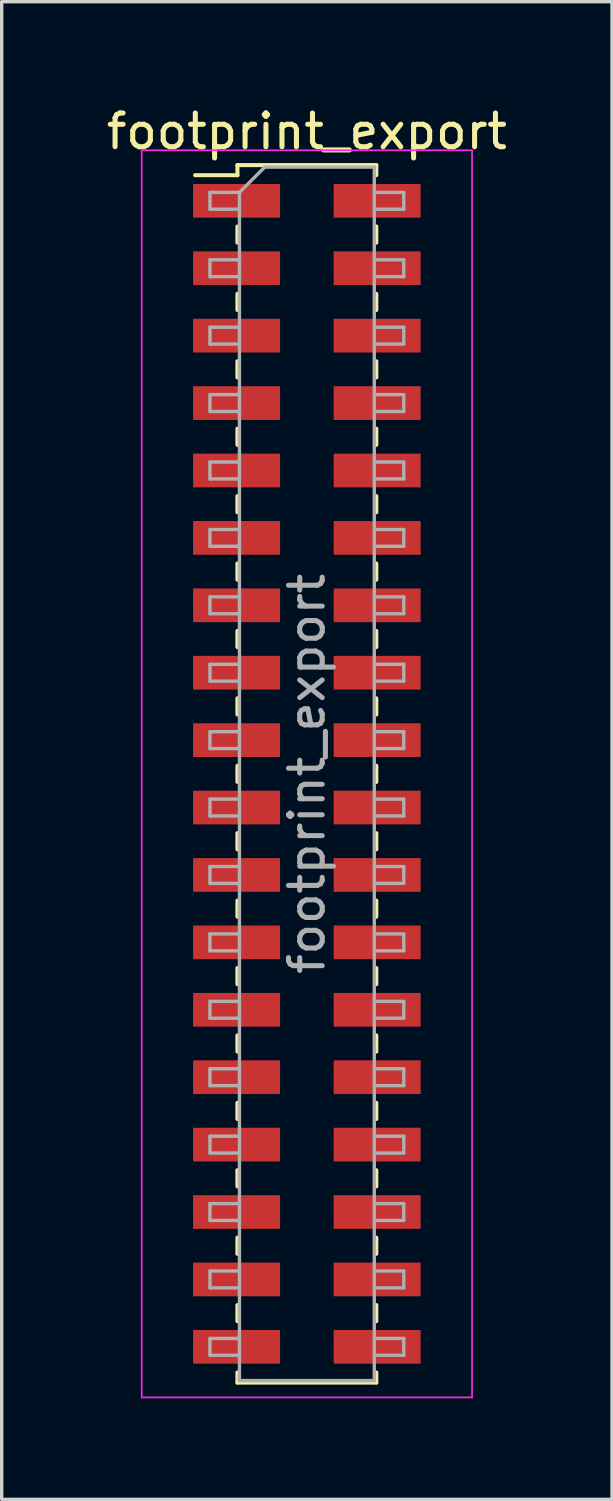
<source format=kicad_pcb>
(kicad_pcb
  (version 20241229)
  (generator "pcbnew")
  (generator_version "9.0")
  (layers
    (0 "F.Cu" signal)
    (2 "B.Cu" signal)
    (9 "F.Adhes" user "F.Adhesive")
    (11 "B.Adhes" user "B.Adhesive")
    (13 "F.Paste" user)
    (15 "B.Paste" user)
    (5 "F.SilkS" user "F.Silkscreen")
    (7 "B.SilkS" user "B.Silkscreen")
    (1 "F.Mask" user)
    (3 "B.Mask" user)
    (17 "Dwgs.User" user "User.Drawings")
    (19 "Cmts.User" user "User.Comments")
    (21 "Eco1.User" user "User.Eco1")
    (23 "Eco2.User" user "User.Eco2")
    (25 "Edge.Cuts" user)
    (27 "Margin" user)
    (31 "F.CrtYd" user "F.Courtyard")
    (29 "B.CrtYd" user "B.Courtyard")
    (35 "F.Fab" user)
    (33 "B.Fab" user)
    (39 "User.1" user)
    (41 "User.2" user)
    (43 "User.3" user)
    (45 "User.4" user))
  (footprint "footprint_export"
    (layer "F.Cu")
    (at 6.054 19.908)
    (property "Reference" "footprint_export" (at 0 -19.06 0) (layer "F.SilkS") (effects (font (size 1 1) (thickness 0.15))))
    (attr smd)
    (fp_line (start -3.315 -17.76) (end -2.06 -17.76) (stroke (width 0.12) (type solid)) (layer "F.SilkS"))
    (fp_line (start -2.06 -18.06) (end -2.06 -17.76) (stroke (width 0.12) (type solid)) (layer "F.SilkS"))
    (fp_line (start -2.06 -18.06) (end 2.06 -18.06) (stroke (width 0.12) (type solid)) (layer "F.SilkS"))
    (fp_line (start -2.06 -16.24) (end -2.06 -15.76) (stroke (width 0.12) (type solid)) (layer "F.SilkS"))
    (fp_line (start -2.06 -14.24) (end -2.06 -13.76) (stroke (width 0.12) (type solid)) (layer "F.SilkS"))
    (fp_line (start -2.06 -12.24) (end -2.06 -11.76) (stroke (width 0.12) (type solid)) (layer "F.SilkS"))
    (fp_line (start -2.06 -10.24) (end -2.06 -9.76) (stroke (width 0.12) (type solid)) (layer "F.SilkS"))
    (fp_line (start -2.06 -8.24) (end -2.06 -7.76) (stroke (width 0.12) (type solid)) (layer "F.SilkS"))
    (fp_line (start -2.06 -6.24) (end -2.06 -5.76) (stroke (width 0.12) (type solid)) (layer "F.SilkS"))
    (fp_line (start -2.06 -4.24) (end -2.06 -3.76) (stroke (width 0.12) (type solid)) (layer "F.SilkS"))
    (fp_line (start -2.06 -2.24) (end -2.06 -1.76) (stroke (width 0.12) (type solid)) (layer "F.SilkS"))
    (fp_line (start -2.06 -0.24) (end -2.06 0.24) (stroke (width 0.12) (type solid)) (layer "F.SilkS"))
    (fp_line (start -2.06 1.76) (end -2.06 2.24) (stroke (width 0.12) (type solid)) (layer "F.SilkS"))
    (fp_line (start -2.06 3.76) (end -2.06 4.24) (stroke (width 0.12) (type solid)) (layer "F.SilkS"))
    (fp_line (start -2.06 5.76) (end -2.06 6.24) (stroke (width 0.12) (type solid)) (layer "F.SilkS"))
    (fp_line (start -2.06 7.76) (end -2.06 8.24) (stroke (width 0.12) (type solid)) (layer "F.SilkS"))
    (fp_line (start -2.06 9.76) (end -2.06 10.24) (stroke (width 0.12) (type solid)) (layer "F.SilkS"))
    (fp_line (start -2.06 11.76) (end -2.06 12.24) (stroke (width 0.12) (type solid)) (layer "F.SilkS"))
    (fp_line (start -2.06 13.76) (end -2.06 14.24) (stroke (width 0.12) (type solid)) (layer "F.SilkS"))
    (fp_line (start -2.06 15.76) (end -2.06 16.24) (stroke (width 0.12) (type solid)) (layer "F.SilkS"))
    (fp_line (start -2.06 17.76) (end -2.06 18.06) (stroke (width 0.12) (type solid)) (layer "F.SilkS"))
    (fp_line (start -2.06 18.06) (end 2.06 18.06) (stroke (width 0.12) (type solid)) (layer "F.SilkS"))
    (fp_line (start 2.06 -18.06) (end 2.06 -17.76) (stroke (width 0.12) (type solid)) (layer "F.SilkS"))
    (fp_line (start 2.06 -16.24) (end 2.06 -15.76) (stroke (width 0.12) (type solid)) (layer "F.SilkS"))
    (fp_line (start 2.06 -14.24) (end 2.06 -13.76) (stroke (width 0.12) (type solid)) (layer "F.SilkS"))
    (fp_line (start 2.06 -12.24) (end 2.06 -11.76) (stroke (width 0.12) (type solid)) (layer "F.SilkS"))
    (fp_line (start 2.06 -10.24) (end 2.06 -9.76) (stroke (width 0.12) (type solid)) (layer "F.SilkS"))
    (fp_line (start 2.06 -8.24) (end 2.06 -7.76) (stroke (width 0.12) (type solid)) (layer "F.SilkS"))
    (fp_line (start 2.06 -6.24) (end 2.06 -5.76) (stroke (width 0.12) (type solid)) (layer "F.SilkS"))
    (fp_line (start 2.06 -4.24) (end 2.06 -3.76) (stroke (width 0.12) (type solid)) (layer "F.SilkS"))
    (fp_line (start 2.06 -2.24) (end 2.06 -1.76) (stroke (width 0.12) (type solid)) (layer "F.SilkS"))
    (fp_line (start 2.06 -0.24) (end 2.06 0.24) (stroke (width 0.12) (type solid)) (layer "F.SilkS"))
    (fp_line (start 2.06 1.76) (end 2.06 2.24) (stroke (width 0.12) (type solid)) (layer "F.SilkS"))
    (fp_line (start 2.06 3.76) (end 2.06 4.24) (stroke (width 0.12) (type solid)) (layer "F.SilkS"))
    (fp_line (start 2.06 5.76) (end 2.06 6.24) (stroke (width 0.12) (type solid)) (layer "F.SilkS"))
    (fp_line (start 2.06 7.76) (end 2.06 8.24) (stroke (width 0.12) (type solid)) (layer "F.SilkS"))
    (fp_line (start 2.06 9.76) (end 2.06 10.24) (stroke (width 0.12) (type solid)) (layer "F.SilkS"))
    (fp_line (start 2.06 11.76) (end 2.06 12.24) (stroke (width 0.12) (type solid)) (layer "F.SilkS"))
    (fp_line (start 2.06 13.76) (end 2.06 14.24) (stroke (width 0.12) (type solid)) (layer "F.SilkS"))
    (fp_line (start 2.06 15.76) (end 2.06 16.24) (stroke (width 0.12) (type solid)) (layer "F.SilkS"))
    (fp_line (start 2.06 17.76) (end 2.06 18.06) (stroke (width 0.12) (type solid)) (layer "F.SilkS"))
    (fp_line (start -4.9 -18.5) (end -4.9 18.5) (stroke (width 0.05) (type solid)) (layer "F.CrtYd"))
    (fp_line (start -4.9 18.5) (end 4.9 18.5) (stroke (width 0.05) (type solid)) (layer "F.CrtYd"))
    (fp_line (start 4.9 -18.5) (end -4.9 -18.5) (stroke (width 0.05) (type solid)) (layer "F.CrtYd"))
    (fp_line (start 4.9 18.5) (end 4.9 -18.5) (stroke (width 0.05) (type solid)) (layer "F.CrtYd"))
    (fp_line (start -2.875 -17.25) (end -2.875 -16.75) (stroke (width 0.1) (type solid)) (layer "F.Fab"))
    (fp_line (start -2.875 -16.75) (end -2 -16.75) (stroke (width 0.1) (type solid)) (layer "F.Fab"))
    (fp_line (start -2.875 -15.25) (end -2.875 -14.75) (stroke (width 0.1) (type solid)) (layer "F.Fab"))
    (fp_line (start -2.875 -14.75) (end -2 -14.75) (stroke (width 0.1) (type solid)) (layer "F.Fab"))
    (fp_line (start -2.875 -13.25) (end -2.875 -12.75) (stroke (width 0.1) (type solid)) (layer "F.Fab"))
    (fp_line (start -2.875 -12.75) (end -2 -12.75) (stroke (width 0.1) (type solid)) (layer "F.Fab"))
    (fp_line (start -2.875 -11.25) (end -2.875 -10.75) (stroke (width 0.1) (type solid)) (layer "F.Fab"))
    (fp_line (start -2.875 -10.75) (end -2 -10.75) (stroke (width 0.1) (type solid)) (layer "F.Fab"))
    (fp_line (start -2.875 -9.25) (end -2.875 -8.75) (stroke (width 0.1) (type solid)) (layer "F.Fab"))
    (fp_line (start -2.875 -8.75) (end -2 -8.75) (stroke (width 0.1) (type solid)) (layer "F.Fab"))
    (fp_line (start -2.875 -7.25) (end -2.875 -6.75) (stroke (width 0.1) (type solid)) (layer "F.Fab"))
    (fp_line (start -2.875 -6.75) (end -2 -6.75) (stroke (width 0.1) (type solid)) (layer "F.Fab"))
    (fp_line (start -2.875 -5.25) (end -2.875 -4.75) (stroke (width 0.1) (type solid)) (layer "F.Fab"))
    (fp_line (start -2.875 -4.75) (end -2 -4.75) (stroke (width 0.1) (type solid)) (layer "F.Fab"))
    (fp_line (start -2.875 -3.25) (end -2.875 -2.75) (stroke (width 0.1) (type solid)) (layer "F.Fab"))
    (fp_line (start -2.875 -2.75) (end -2 -2.75) (stroke (width 0.1) (type solid)) (layer "F.Fab"))
    (fp_line (start -2.875 -1.25) (end -2.875 -0.75) (stroke (width 0.1) (type solid)) (layer "F.Fab"))
    (fp_line (start -2.875 -0.75) (end -2 -0.75) (stroke (width 0.1) (type solid)) (layer "F.Fab"))
    (fp_line (start -2.875 0.75) (end -2.875 1.25) (stroke (width 0.1) (type solid)) (layer "F.Fab"))
    (fp_line (start -2.875 1.25) (end -2 1.25) (stroke (width 0.1) (type solid)) (layer "F.Fab"))
    (fp_line (start -2.875 2.75) (end -2.875 3.25) (stroke (width 0.1) (type solid)) (layer "F.Fab"))
    (fp_line (start -2.875 3.25) (end -2 3.25) (stroke (width 0.1) (type solid)) (layer "F.Fab"))
    (fp_line (start -2.875 4.75) (end -2.875 5.25) (stroke (width 0.1) (type solid)) (layer "F.Fab"))
    (fp_line (start -2.875 5.25) (end -2 5.25) (stroke (width 0.1) (type solid)) (layer "F.Fab"))
    (fp_line (start -2.875 6.75) (end -2.875 7.25) (stroke (width 0.1) (type solid)) (layer "F.Fab"))
    (fp_line (start -2.875 7.25) (end -2 7.25) (stroke (width 0.1) (type solid)) (layer "F.Fab"))
    (fp_line (start -2.875 8.75) (end -2.875 9.25) (stroke (width 0.1) (type solid)) (layer "F.Fab"))
    (fp_line (start -2.875 9.25) (end -2 9.25) (stroke (width 0.1) (type solid)) (layer "F.Fab"))
    (fp_line (start -2.875 10.75) (end -2.875 11.25) (stroke (width 0.1) (type solid)) (layer "F.Fab"))
    (fp_line (start -2.875 11.25) (end -2 11.25) (stroke (width 0.1) (type solid)) (layer "F.Fab"))
    (fp_line (start -2.875 12.75) (end -2.875 13.25) (stroke (width 0.1) (type solid)) (layer "F.Fab"))
    (fp_line (start -2.875 13.25) (end -2 13.25) (stroke (width 0.1) (type solid)) (layer "F.Fab"))
    (fp_line (start -2.875 14.75) (end -2.875 15.25) (stroke (width 0.1) (type solid)) (layer "F.Fab"))
    (fp_line (start -2.875 15.25) (end -2 15.25) (stroke (width 0.1) (type solid)) (layer "F.Fab"))
    (fp_line (start -2.875 16.75) (end -2.875 17.25) (stroke (width 0.1) (type solid)) (layer "F.Fab"))
    (fp_line (start -2.875 17.25) (end -2 17.25) (stroke (width 0.1) (type solid)) (layer "F.Fab"))
    (fp_line (start -2 -17.25) (end -2.875 -17.25) (stroke (width 0.1) (type solid)) (layer "F.Fab"))
    (fp_line (start -2 -17.25) (end -1.25 -18) (stroke (width 0.1) (type solid)) (layer "F.Fab"))
    (fp_line (start -2 -15.25) (end -2.875 -15.25) (stroke (width 0.1) (type solid)) (layer "F.Fab"))
    (fp_line (start -2 -13.25) (end -2.875 -13.25) (stroke (width 0.1) (type solid)) (layer "F.Fab"))
    (fp_line (start -2 -11.25) (end -2.875 -11.25) (stroke (width 0.1) (type solid)) (layer "F.Fab"))
    (fp_line (start -2 -9.25) (end -2.875 -9.25) (stroke (width 0.1) (type solid)) (layer "F.Fab"))
    (fp_line (start -2 -7.25) (end -2.875 -7.25) (stroke (width 0.1) (type solid)) (layer "F.Fab"))
    (fp_line (start -2 -5.25) (end -2.875 -5.25) (stroke (width 0.1) (type solid)) (layer "F.Fab"))
    (fp_line (start -2 -3.25) (end -2.875 -3.25) (stroke (width 0.1) (type solid)) (layer "F.Fab"))
    (fp_line (start -2 -1.25) (end -2.875 -1.25) (stroke (width 0.1) (type solid)) (layer "F.Fab"))
    (fp_line (start -2 0.75) (end -2.875 0.75) (stroke (width 0.1) (type solid)) (layer "F.Fab"))
    (fp_line (start -2 2.75) (end -2.875 2.75) (stroke (width 0.1) (type solid)) (layer "F.Fab"))
    (fp_line (start -2 4.75) (end -2.875 4.75) (stroke (width 0.1) (type solid)) (layer "F.Fab"))
    (fp_line (start -2 6.75) (end -2.875 6.75) (stroke (width 0.1) (type solid)) (layer "F.Fab"))
    (fp_line (start -2 8.75) (end -2.875 8.75) (stroke (width 0.1) (type solid)) (layer "F.Fab"))
    (fp_line (start -2 10.75) (end -2.875 10.75) (stroke (width 0.1) (type solid)) (layer "F.Fab"))
    (fp_line (start -2 12.75) (end -2.875 12.75) (stroke (width 0.1) (type solid)) (layer "F.Fab"))
    (fp_line (start -2 14.75) (end -2.875 14.75) (stroke (width 0.1) (type solid)) (layer "F.Fab"))
    (fp_line (start -2 16.75) (end -2.875 16.75) (stroke (width 0.1) (type solid)) (layer "F.Fab"))
    (fp_line (start -2 18) (end -2 -17.25) (stroke (width 0.1) (type solid)) (layer "F.Fab"))
    (fp_line (start -1.25 -18) (end 2 -18) (stroke (width 0.1) (type solid)) (layer "F.Fab"))
    (fp_line (start 2 -18) (end 2 18) (stroke (width 0.1) (type solid)) (layer "F.Fab"))
    (fp_line (start 2 -17.25) (end 2.875 -17.25) (stroke (width 0.1) (type solid)) (layer "F.Fab"))
    (fp_line (start 2 -15.25) (end 2.875 -15.25) (stroke (width 0.1) (type solid)) (layer "F.Fab"))
    (fp_line (start 2 -13.25) (end 2.875 -13.25) (stroke (width 0.1) (type solid)) (layer "F.Fab"))
    (fp_line (start 2 -11.25) (end 2.875 -11.25) (stroke (width 0.1) (type solid)) (layer "F.Fab"))
    (fp_line (start 2 -9.25) (end 2.875 -9.25) (stroke (width 0.1) (type solid)) (layer "F.Fab"))
    (fp_line (start 2 -7.25) (end 2.875 -7.25) (stroke (width 0.1) (type solid)) (layer "F.Fab"))
    (fp_line (start 2 -5.25) (end 2.875 -5.25) (stroke (width 0.1) (type solid)) (layer "F.Fab"))
    (fp_line (start 2 -3.25) (end 2.875 -3.25) (stroke (width 0.1) (type solid)) (layer "F.Fab"))
    (fp_line (start 2 -1.25) (end 2.875 -1.25) (stroke (width 0.1) (type solid)) (layer "F.Fab"))
    (fp_line (start 2 0.75) (end 2.875 0.75) (stroke (width 0.1) (type solid)) (layer "F.Fab"))
    (fp_line (start 2 2.75) (end 2.875 2.75) (stroke (width 0.1) (type solid)) (layer "F.Fab"))
    (fp_line (start 2 4.75) (end 2.875 4.75) (stroke (width 0.1) (type solid)) (layer "F.Fab"))
    (fp_line (start 2 6.75) (end 2.875 6.75) (stroke (width 0.1) (type solid)) (layer "F.Fab"))
    (fp_line (start 2 8.75) (end 2.875 8.75) (stroke (width 0.1) (type solid)) (layer "F.Fab"))
    (fp_line (start 2 10.75) (end 2.875 10.75) (stroke (width 0.1) (type solid)) (layer "F.Fab"))
    (fp_line (start 2 12.75) (end 2.875 12.75) (stroke (width 0.1) (type solid)) (layer "F.Fab"))
    (fp_line (start 2 14.75) (end 2.875 14.75) (stroke (width 0.1) (type solid)) (layer "F.Fab"))
    (fp_line (start 2 16.75) (end 2.875 16.75) (stroke (width 0.1) (type solid)) (layer "F.Fab"))
    (fp_line (start 2 18) (end -2 18) (stroke (width 0.1) (type solid)) (layer "F.Fab"))
    (fp_line (start 2.875 -17.25) (end 2.875 -16.75) (stroke (width 0.1) (type solid)) (layer "F.Fab"))
    (fp_line (start 2.875 -16.75) (end 2 -16.75) (stroke (width 0.1) (type solid)) (layer "F.Fab"))
    (fp_line (start 2.875 -15.25) (end 2.875 -14.75) (stroke (width 0.1) (type solid)) (layer "F.Fab"))
    (fp_line (start 2.875 -14.75) (end 2 -14.75) (stroke (width 0.1) (type solid)) (layer "F.Fab"))
    (fp_line (start 2.875 -13.25) (end 2.875 -12.75) (stroke (width 0.1) (type solid)) (layer "F.Fab"))
    (fp_line (start 2.875 -12.75) (end 2 -12.75) (stroke (width 0.1) (type solid)) (layer "F.Fab"))
    (fp_line (start 2.875 -11.25) (end 2.875 -10.75) (stroke (width 0.1) (type solid)) (layer "F.Fab"))
    (fp_line (start 2.875 -10.75) (end 2 -10.75) (stroke (width 0.1) (type solid)) (layer "F.Fab"))
    (fp_line (start 2.875 -9.25) (end 2.875 -8.75) (stroke (width 0.1) (type solid)) (layer "F.Fab"))
    (fp_line (start 2.875 -8.75) (end 2 -8.75) (stroke (width 0.1) (type solid)) (layer "F.Fab"))
    (fp_line (start 2.875 -7.25) (end 2.875 -6.75) (stroke (width 0.1) (type solid)) (layer "F.Fab"))
    (fp_line (start 2.875 -6.75) (end 2 -6.75) (stroke (width 0.1) (type solid)) (layer "F.Fab"))
    (fp_line (start 2.875 -5.25) (end 2.875 -4.75) (stroke (width 0.1) (type solid)) (layer "F.Fab"))
    (fp_line (start 2.875 -4.75) (end 2 -4.75) (stroke (width 0.1) (type solid)) (layer "F.Fab"))
    (fp_line (start 2.875 -3.25) (end 2.875 -2.75) (stroke (width 0.1) (type solid)) (layer "F.Fab"))
    (fp_line (start 2.875 -2.75) (end 2 -2.75) (stroke (width 0.1) (type solid)) (layer "F.Fab"))
    (fp_line (start 2.875 -1.25) (end 2.875 -0.75) (stroke (width 0.1) (type solid)) (layer "F.Fab"))
    (fp_line (start 2.875 -0.75) (end 2 -0.75) (stroke (width 0.1) (type solid)) (layer "F.Fab"))
    (fp_line (start 2.875 0.75) (end 2.875 1.25) (stroke (width 0.1) (type solid)) (layer "F.Fab"))
    (fp_line (start 2.875 1.25) (end 2 1.25) (stroke (width 0.1) (type solid)) (layer "F.Fab"))
    (fp_line (start 2.875 2.75) (end 2.875 3.25) (stroke (width 0.1) (type solid)) (layer "F.Fab"))
    (fp_line (start 2.875 3.25) (end 2 3.25) (stroke (width 0.1) (type solid)) (layer "F.Fab"))
    (fp_line (start 2.875 4.75) (end 2.875 5.25) (stroke (width 0.1) (type solid)) (layer "F.Fab"))
    (fp_line (start 2.875 5.25) (end 2 5.25) (stroke (width 0.1) (type solid)) (layer "F.Fab"))
    (fp_line (start 2.875 6.75) (end 2.875 7.25) (stroke (width 0.1) (type solid)) (layer "F.Fab"))
    (fp_line (start 2.875 7.25) (end 2 7.25) (stroke (width 0.1) (type solid)) (layer "F.Fab"))
    (fp_line (start 2.875 8.75) (end 2.875 9.25) (stroke (width 0.1) (type solid)) (layer "F.Fab"))
    (fp_line (start 2.875 9.25) (end 2 9.25) (stroke (width 0.1) (type solid)) (layer "F.Fab"))
    (fp_line (start 2.875 10.75) (end 2.875 11.25) (stroke (width 0.1) (type solid)) (layer "F.Fab"))
    (fp_line (start 2.875 11.25) (end 2 11.25) (stroke (width 0.1) (type solid)) (layer "F.Fab"))
    (fp_line (start 2.875 12.75) (end 2.875 13.25) (stroke (width 0.1) (type solid)) (layer "F.Fab"))
    (fp_line (start 2.875 13.25) (end 2 13.25) (stroke (width 0.1) (type solid)) (layer "F.Fab"))
    (fp_line (start 2.875 14.75) (end 2.875 15.25) (stroke (width 0.1) (type solid)) (layer "F.Fab"))
    (fp_line (start 2.875 15.25) (end 2 15.25) (stroke (width 0.1) (type solid)) (layer "F.Fab"))
    (fp_line (start 2.875 16.75) (end 2.875 17.25) (stroke (width 0.1) (type solid)) (layer "F.Fab"))
    (fp_line (start 2.875 17.25) (end 2 17.25) (stroke (width 0.1) (type solid)) (layer "F.Fab"))
    (fp_text user "${REFERENCE}" (at 0 0 90) (layer "F.Fab") (effects (font (size 1 1) (thickness 0.15))))
    (pad "1" smd rect (at -2.085 -17) (size 2.58 1) (layers "F.Cu" "F.Mask" "F.Paste"))
    (pad "2" smd rect (at 2.085 -17) (size 2.58 1) (layers "F.Cu" "F.Mask" "F.Paste"))
    (pad "3" smd rect (at -2.085 -15) (size 2.58 1) (layers "F.Cu" "F.Mask" "F.Paste"))
    (pad "4" smd rect (at 2.085 -15) (size 2.58 1) (layers "F.Cu" "F.Mask" "F.Paste"))
    (pad "5" smd rect (at -2.085 -13) (size 2.58 1) (layers "F.Cu" "F.Mask" "F.Paste"))
    (pad "6" smd rect (at 2.085 -13) (size 2.58 1) (layers "F.Cu" "F.Mask" "F.Paste"))
    (pad "7" smd rect (at -2.085 -11) (size 2.58 1) (layers "F.Cu" "F.Mask" "F.Paste"))
    (pad "8" smd rect (at 2.085 -11) (size 2.58 1) (layers "F.Cu" "F.Mask" "F.Paste"))
    (pad "9" smd rect (at -2.085 -9) (size 2.58 1) (layers "F.Cu" "F.Mask" "F.Paste"))
    (pad "10" smd rect (at 2.085 -9) (size 2.58 1) (layers "F.Cu" "F.Mask" "F.Paste"))
    (pad "11" smd rect (at -2.085 -7) (size 2.58 1) (layers "F.Cu" "F.Mask" "F.Paste"))
    (pad "12" smd rect (at 2.085 -7) (size 2.58 1) (layers "F.Cu" "F.Mask" "F.Paste"))
    (pad "13" smd rect (at -2.085 -5) (size 2.58 1) (layers "F.Cu" "F.Mask" "F.Paste"))
    (pad "14" smd rect (at 2.085 -5) (size 2.58 1) (layers "F.Cu" "F.Mask" "F.Paste"))
    (pad "15" smd rect (at -2.085 -3) (size 2.58 1) (layers "F.Cu" "F.Mask" "F.Paste"))
    (pad "16" smd rect (at 2.085 -3) (size 2.58 1) (layers "F.Cu" "F.Mask" "F.Paste"))
    (pad "17" smd rect (at -2.085 -1) (size 2.58 1) (layers "F.Cu" "F.Mask" "F.Paste"))
    (pad "18" smd rect (at 2.085 -1) (size 2.58 1) (layers "F.Cu" "F.Mask" "F.Paste"))
    (pad "19" smd rect (at -2.085 1) (size 2.58 1) (layers "F.Cu" "F.Mask" "F.Paste"))
    (pad "20" smd rect (at 2.085 1) (size 2.58 1) (layers "F.Cu" "F.Mask" "F.Paste"))
    (pad "21" smd rect (at -2.085 3) (size 2.58 1) (layers "F.Cu" "F.Mask" "F.Paste"))
    (pad "22" smd rect (at 2.085 3) (size 2.58 1) (layers "F.Cu" "F.Mask" "F.Paste"))
    (pad "23" smd rect (at -2.085 5) (size 2.58 1) (layers "F.Cu" "F.Mask" "F.Paste"))
    (pad "24" smd rect (at 2.085 5) (size 2.58 1) (layers "F.Cu" "F.Mask" "F.Paste"))
    (pad "25" smd rect (at -2.085 7) (size 2.58 1) (layers "F.Cu" "F.Mask" "F.Paste"))
    (pad "26" smd rect (at 2.085 7) (size 2.58 1) (layers "F.Cu" "F.Mask" "F.Paste"))
    (pad "27" smd rect (at -2.085 9) (size 2.58 1) (layers "F.Cu" "F.Mask" "F.Paste"))
    (pad "28" smd rect (at 2.085 9) (size 2.58 1) (layers "F.Cu" "F.Mask" "F.Paste"))
    (pad "29" smd rect (at -2.085 11) (size 2.58 1) (layers "F.Cu" "F.Mask" "F.Paste"))
    (pad "30" smd rect (at 2.085 11) (size 2.58 1) (layers "F.Cu" "F.Mask" "F.Paste"))
    (pad "31" smd rect (at -2.085 13) (size 2.58 1) (layers "F.Cu" "F.Mask" "F.Paste"))
    (pad "32" smd rect (at 2.085 13) (size 2.58 1) (layers "F.Cu" "F.Mask" "F.Paste"))
    (pad "33" smd rect (at -2.085 15) (size 2.58 1) (layers "F.Cu" "F.Mask" "F.Paste"))
    (pad "34" smd rect (at 2.085 15) (size 2.58 1) (layers "F.Cu" "F.Mask" "F.Paste"))
    (pad "35" smd rect (at -2.085 17) (size 2.58 1) (layers "F.Cu" "F.Mask" "F.Paste"))
    (pad "36" smd rect (at 2.085 17) (size 2.58 1) (layers "F.Cu" "F.Mask" "F.Paste")))
  (gr_rect
    (start -3 -3)
    (end 15.107 41.433)
    (stroke (width 0.1) (type default))
    (fill no)
    (layer "Edge.Cuts")))
</source>
